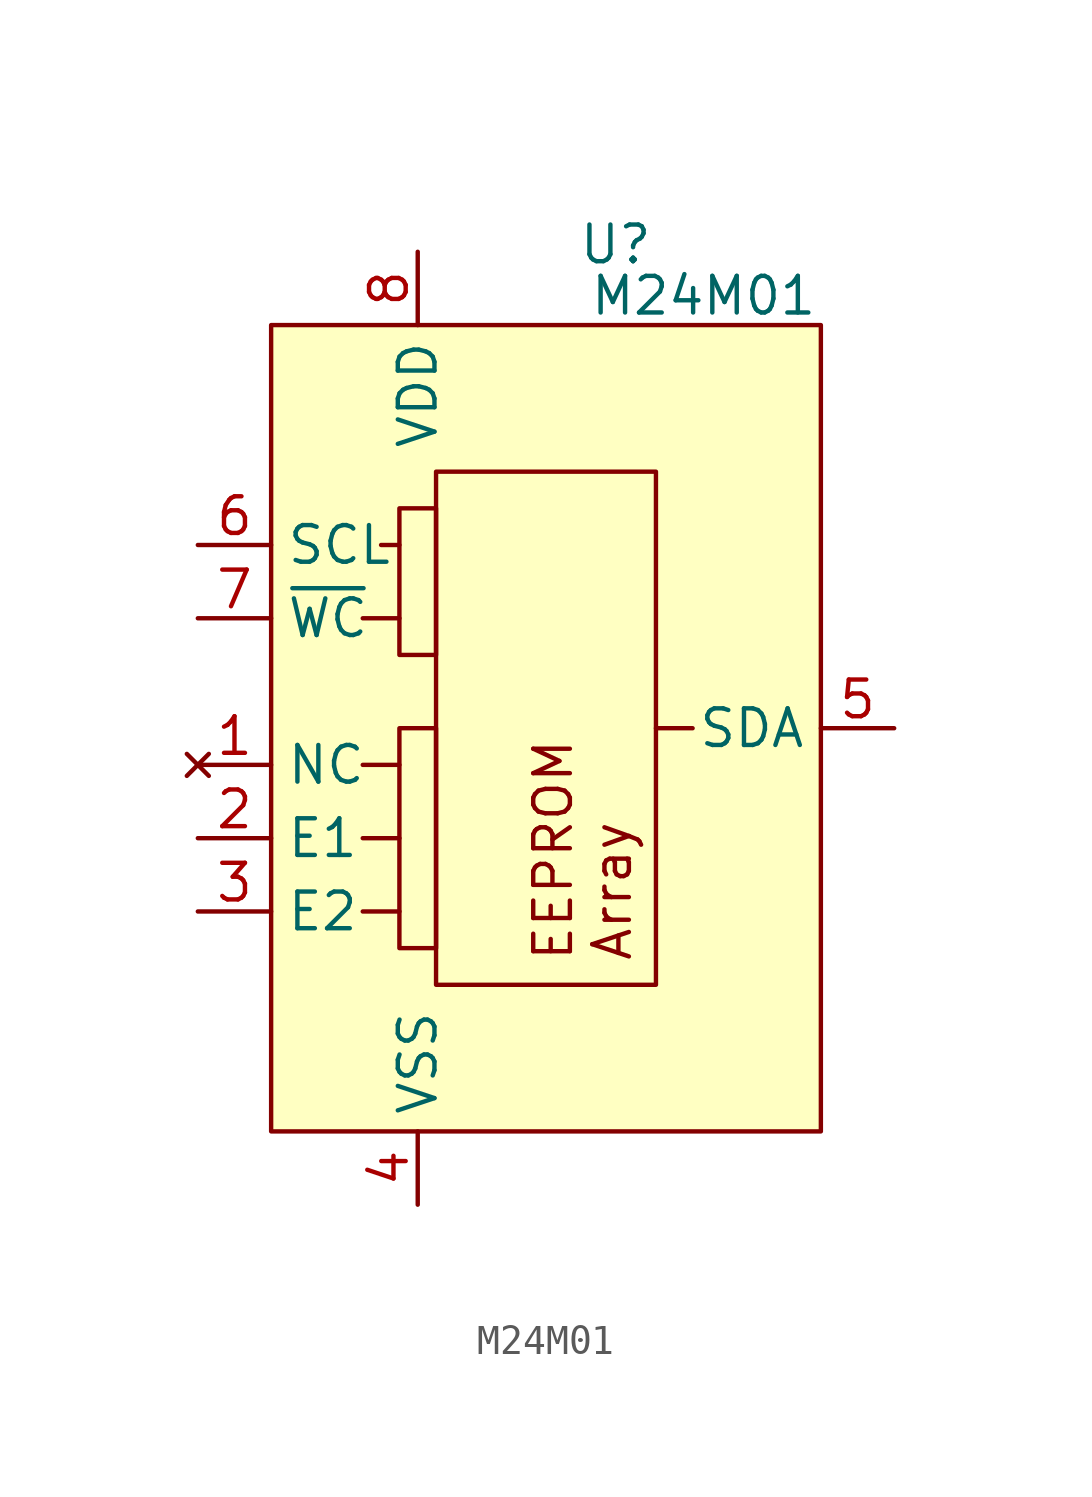
<source format=kicad_sym>
(kicad_symbol_lib
  (version 20231120)
  (generator "kicad_symbol_editor")
  (generator_version "8.0")
  (symbol "M24M01"
    (property "Reference" "U"
      (at 3.048 19.304 0)
      (effects (font (size 1.27 1.27))))
    (property "Value" "M24M01"
      (at 6.096 17.526 0)
      (effects (font (size 1.27 1.27))))
    (symbol "M24M01_0_1"
      (rectangle (start -3.175 11.43) (end 4.445 -6.35) (stroke (width 0) (type default)) (fill (type none))))
    (symbol "M24M01_1_1"
      (rectangle (start -8.89 16.51) (end 10.16 -11.43) (stroke (width 0) (type default)) (fill (type background)))
      (rectangle (start -4.445 2.54) (end -3.175 -5.08) (stroke (width 0) (type default)) (fill (type none)))
      (rectangle (start -3.175 5.08) (end -4.445 10.16) (stroke (width 0) (type default)) (fill (type none)))
      (polyline (pts (xy -4.445 -3.81) (xy -5.715 -3.81)) (stroke (width 0) (type default)) (fill (type none)))
      (polyline (pts (xy -4.445 -1.27) (xy -5.715 -1.27)) (stroke (width 0) (type default)) (fill (type none)))
      (polyline (pts (xy -4.445 1.27) (xy -5.715 1.27)) (stroke (width 0) (type default)) (fill (type none)))
      (polyline (pts (xy -4.445 6.35) (xy -5.715 6.35)) (stroke (width 0) (type default)) (fill (type none)))
      (polyline (pts (xy -4.445 8.89) (xy -5.08 8.89)) (stroke (width 0) (type default)) (fill (type none)))
      (polyline (pts (xy 4.445 2.54) (xy 5.715 2.54)) (stroke (width 0) (type default)) (fill (type none)))
      (text "EEPROM\nArray" (at 1.905 -5.588 900) (effects (font (size 1.27 1.27)) (justify left)))
      (pin no_connect line (at -11.43 1.27 0) (length 2.54) (name "NC" (effects (font (size 1.27 1.27)))) (number "1" (effects (font (size 1.27 1.27)))))
      (pin input line (at -11.43 -1.27 0) (length 2.54) (name "E1" (effects (font (size 1.27 1.27)))) (number "2" (effects (font (size 1.27 1.27)))))
      (pin input line (at -11.43 -3.81 0) (length 2.54) (name "E2" (effects (font (size 1.27 1.27)))) (number "3" (effects (font (size 1.27 1.27)))))
      (pin power_in line (at -3.81 -13.97 90) (length 2.54) (name "VSS" (effects (font (size 1.27 1.27)))) (number "4" (effects (font (size 1.27 1.27)))))
      (pin bidirectional line (at 12.7 2.54 180) (length 2.54) (name "SDA" (effects (font (size 1.27 1.27)))) (number "5" (effects (font (size 1.27 1.27)))))
      (pin input line (at -11.43 8.89 0) (length 2.54) (name "SCL" (effects (font (size 1.27 1.27)))) (number "6" (effects (font (size 1.27 1.27)))))
      (pin input line (at -11.43 6.35 0) (length 2.54) (name "~{WC}" (effects (font (size 1.27 1.27)))) (number "7" (effects (font (size 1.27 1.27)))))
      (pin power_in line (at -3.81 19.05 270) (length 2.54) (name "VDD" (effects (font (size 1.27 1.27)))) (number "8" (effects (font (size 1.27 1.27))))))))
</source>
